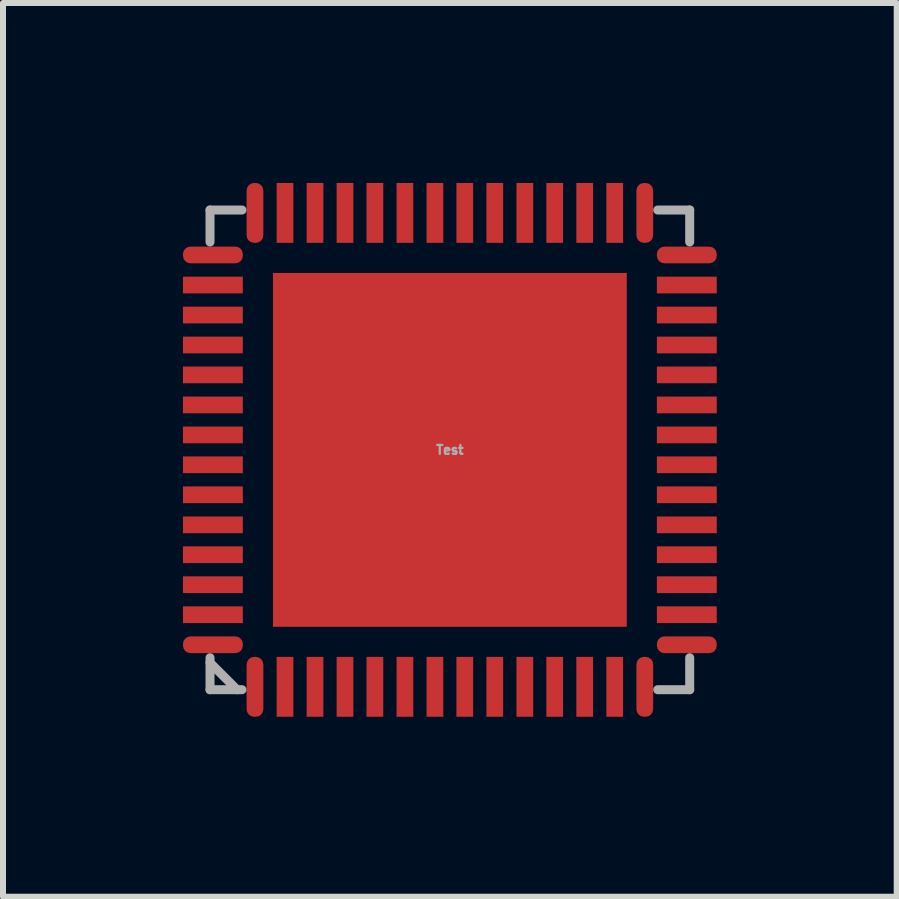
<source format=kicad_pcb>
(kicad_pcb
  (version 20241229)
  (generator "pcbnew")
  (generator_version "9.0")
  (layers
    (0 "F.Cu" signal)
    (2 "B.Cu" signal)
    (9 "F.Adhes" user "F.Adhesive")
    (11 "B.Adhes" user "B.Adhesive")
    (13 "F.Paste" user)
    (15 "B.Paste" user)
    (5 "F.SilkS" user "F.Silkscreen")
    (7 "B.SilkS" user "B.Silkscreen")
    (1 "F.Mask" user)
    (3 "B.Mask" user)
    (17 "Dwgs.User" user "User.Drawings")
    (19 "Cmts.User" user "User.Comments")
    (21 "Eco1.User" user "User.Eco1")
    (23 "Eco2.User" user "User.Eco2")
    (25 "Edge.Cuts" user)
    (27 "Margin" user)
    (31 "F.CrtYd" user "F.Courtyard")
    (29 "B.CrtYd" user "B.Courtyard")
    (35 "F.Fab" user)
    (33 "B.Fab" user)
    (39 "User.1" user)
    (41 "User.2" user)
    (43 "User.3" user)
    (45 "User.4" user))
  (footprint "Test"
    (layer "F.Cu")
    (at 4.449 4.449)
    (property "Reference" "Test" (at 0 0 0) (layer "F.Fab") (effects (font (size 0.15 0.15) (thickness 0.037))))
    (attr through_hole)
    (fp_line (start -3.998 -3.998) (end -3.998 -3.465) (stroke (width 0.15) (type solid)) (layer "F.Fab"))
    (fp_line (start -3.998 -3.998) (end -3.465 -3.998) (stroke (width 0.15) (type solid)) (layer "F.Fab"))
    (fp_line (start -3.998 3.465) (end -3.998 3.998) (stroke (width 0.15) (type solid)) (layer "F.Fab"))
    (fp_line (start -3.998 3.548) (end -3.548 3.998) (stroke (width 0.15) (type solid)) (layer "F.Fab"))
    (fp_line (start -3.998 3.998) (end -3.465 3.998) (stroke (width 0.15) (type solid)) (layer "F.Fab"))
    (fp_line (start 3.465 -3.998) (end 3.998 -3.998) (stroke (width 0.15) (type solid)) (layer "F.Fab"))
    (fp_line (start 3.465 3.998) (end 3.998 3.998) (stroke (width 0.15) (type solid)) (layer "F.Fab"))
    (fp_line (start 3.998 -3.998) (end 3.998 -3.465) (stroke (width 0.15) (type solid)) (layer "F.Fab"))
    (fp_line (start 3.998 3.465) (end 3.998 3.998) (stroke (width 0.15) (type solid)) (layer "F.Fab"))
    (pad "1" smd roundrect (at -3.249 3.95 180) (size 0.279 0.998) (layers "F.Cu" "F.Mask" "F.Paste") (roundrect_rratio 0.45))
    (pad "2" smd rect (at -2.748 3.95 180) (size 0.279 0.998) (layers "F.Cu" "F.Mask" "F.Paste"))
    (pad "3" smd rect (at -2.248 3.95 180) (size 0.279 0.998) (layers "F.Cu" "F.Mask" "F.Paste"))
    (pad "4" smd rect (at -1.748 3.95 180) (size 0.279 0.998) (layers "F.Cu" "F.Mask" "F.Paste"))
    (pad "5" smd rect (at -1.25 3.95 180) (size 0.279 0.998) (layers "F.Cu" "F.Mask" "F.Paste"))
    (pad "6" smd rect (at -0.749 3.95 180) (size 0.279 0.998) (layers "F.Cu" "F.Mask" "F.Paste"))
    (pad "7" smd rect (at -0.249 3.95 180) (size 0.279 0.998) (layers "F.Cu" "F.Mask" "F.Paste"))
    (pad "8" smd rect (at 0.249 3.95 180) (size 0.279 0.998) (layers "F.Cu" "F.Mask" "F.Paste"))
    (pad "9" smd rect (at 0.749 3.95 180) (size 0.279 0.998) (layers "F.Cu" "F.Mask" "F.Paste"))
    (pad "10" smd rect (at 1.25 3.95 180) (size 0.279 0.998) (layers "F.Cu" "F.Mask" "F.Paste"))
    (pad "11" smd rect (at 1.748 3.95 180) (size 0.279 0.998) (layers "F.Cu" "F.Mask" "F.Paste"))
    (pad "12" smd rect (at 2.248 3.95 180) (size 0.279 0.998) (layers "F.Cu" "F.Mask" "F.Paste"))
    (pad "13" smd rect (at 2.748 3.95 180) (size 0.279 0.998) (layers "F.Cu" "F.Mask" "F.Paste"))
    (pad "14" smd roundrect (at 3.249 3.95 180) (size 0.279 0.998) (layers "F.Cu" "F.Mask" "F.Paste") (roundrect_rratio 0.45))
    (pad "15" smd roundrect (at 3.95 3.249 270) (size 0.279 0.998) (layers "F.Cu" "F.Mask" "F.Paste") (roundrect_rratio 0.45))
    (pad "16" smd rect (at 3.95 2.748 270) (size 0.279 0.998) (layers "F.Cu" "F.Mask" "F.Paste"))
    (pad "17" smd rect (at 3.95 2.248 270) (size 0.279 0.998) (layers "F.Cu" "F.Mask" "F.Paste"))
    (pad "18" smd rect (at 3.95 1.748 270) (size 0.279 0.998) (layers "F.Cu" "F.Mask" "F.Paste"))
    (pad "19" smd rect (at 3.95 1.25 270) (size 0.279 0.998) (layers "F.Cu" "F.Mask" "F.Paste"))
    (pad "20" smd rect (at 3.95 0.749 270) (size 0.279 0.998) (layers "F.Cu" "F.Mask" "F.Paste"))
    (pad "21" smd rect (at 3.95 0.249 270) (size 0.279 0.998) (layers "F.Cu" "F.Mask" "F.Paste"))
    (pad "22" smd rect (at 3.95 -0.249 270) (size 0.279 0.998) (layers "F.Cu" "F.Mask" "F.Paste"))
    (pad "23" smd rect (at 3.95 -0.749 270) (size 0.279 0.998) (layers "F.Cu" "F.Mask" "F.Paste"))
    (pad "24" smd rect (at 3.95 -1.25 270) (size 0.279 0.998) (layers "F.Cu" "F.Mask" "F.Paste"))
    (pad "25" smd rect (at 3.95 -1.748 270) (size 0.279 0.998) (layers "F.Cu" "F.Mask" "F.Paste"))
    (pad "26" smd rect (at 3.95 -2.248 270) (size 0.279 0.998) (layers "F.Cu" "F.Mask" "F.Paste"))
    (pad "27" smd rect (at 3.95 -2.748 270) (size 0.279 0.998) (layers "F.Cu" "F.Mask" "F.Paste"))
    (pad "28" smd roundrect (at 3.95 -3.249 270) (size 0.279 0.998) (layers "F.Cu" "F.Mask" "F.Paste") (roundrect_rratio 0.45))
    (pad "29" smd roundrect (at 3.249 -3.95) (size 0.279 0.998) (layers "F.Cu" "F.Mask" "F.Paste") (roundrect_rratio 0.45))
    (pad "30" smd rect (at 2.748 -3.95) (size 0.279 0.998) (layers "F.Cu" "F.Mask" "F.Paste"))
    (pad "31" smd rect (at 2.248 -3.95) (size 0.279 0.998) (layers "F.Cu" "F.Mask" "F.Paste"))
    (pad "32" smd rect (at 1.748 -3.95) (size 0.279 0.998) (layers "F.Cu" "F.Mask" "F.Paste"))
    (pad "33" smd rect (at 1.25 -3.95) (size 0.279 0.998) (layers "F.Cu" "F.Mask" "F.Paste"))
    (pad "34" smd rect (at 0.749 -3.95) (size 0.279 0.998) (layers "F.Cu" "F.Mask" "F.Paste"))
    (pad "35" smd rect (at 0.249 -3.95) (size 0.279 0.998) (layers "F.Cu" "F.Mask" "F.Paste"))
    (pad "36" smd rect (at -0.249 -3.95) (size 0.279 0.998) (layers "F.Cu" "F.Mask" "F.Paste"))
    (pad "37" smd rect (at -0.749 -3.95) (size 0.279 0.998) (layers "F.Cu" "F.Mask" "F.Paste"))
    (pad "38" smd rect (at -1.25 -3.95) (size 0.279 0.998) (layers "F.Cu" "F.Mask" "F.Paste"))
    (pad "39" smd rect (at -1.748 -3.95) (size 0.279 0.998) (layers "F.Cu" "F.Mask" "F.Paste"))
    (pad "40" smd rect (at -2.248 -3.95) (size 0.279 0.998) (layers "F.Cu" "F.Mask" "F.Paste"))
    (pad "41" smd rect (at -2.748 -3.95) (size 0.279 0.998) (layers "F.Cu" "F.Mask" "F.Paste"))
    (pad "42" smd roundrect (at -3.249 -3.95) (size 0.279 0.998) (layers "F.Cu" "F.Mask" "F.Paste") (roundrect_rratio 0.45))
    (pad "43" smd roundrect (at -3.95 -3.249 90) (size 0.279 0.998) (layers "F.Cu" "F.Mask" "F.Paste") (roundrect_rratio 0.45))
    (pad "44" smd rect (at -3.95 -2.748 90) (size 0.279 0.998) (layers "F.Cu" "F.Mask" "F.Paste"))
    (pad "45" smd rect (at -3.95 -2.248 90) (size 0.279 0.998) (layers "F.Cu" "F.Mask" "F.Paste"))
    (pad "46" smd rect (at -3.95 -1.748 90) (size 0.279 0.998) (layers "F.Cu" "F.Mask" "F.Paste"))
    (pad "47" smd rect (at -3.95 -1.25 90) (size 0.279 0.998) (layers "F.Cu" "F.Mask" "F.Paste"))
    (pad "48" smd rect (at -3.95 -0.749 90) (size 0.279 0.998) (layers "F.Cu" "F.Mask" "F.Paste"))
    (pad "49" smd rect (at -3.95 -0.249 90) (size 0.279 0.998) (layers "F.Cu" "F.Mask" "F.Paste"))
    (pad "50" smd rect (at -3.95 0.249 90) (size 0.279 0.998) (layers "F.Cu" "F.Mask" "F.Paste"))
    (pad "51" smd rect (at -3.95 0.749 90) (size 0.279 0.998) (layers "F.Cu" "F.Mask" "F.Paste"))
    (pad "52" smd rect (at -3.95 1.25 90) (size 0.279 0.998) (layers "F.Cu" "F.Mask" "F.Paste"))
    (pad "53" smd rect (at -3.95 1.748 90) (size 0.279 0.998) (layers "F.Cu" "F.Mask" "F.Paste"))
    (pad "54" smd rect (at -3.95 2.248 90) (size 0.279 0.998) (layers "F.Cu" "F.Mask" "F.Paste"))
    (pad "55" smd rect (at -3.95 2.748 90) (size 0.279 0.998) (layers "F.Cu" "F.Mask" "F.Paste"))
    (pad "56" smd roundrect (at -3.95 3.249 90) (size 0.279 0.998) (layers "F.Cu" "F.Mask" "F.Paste") (roundrect_rratio 0.45))
    (pad "EP" smd rect (at 0 0) (size 5.898 5.898) (layers "F.Cu" "F.Mask" "F.Paste")))
  (gr_rect
    (start -3 -3)
    (end 11.898 11.898)
    (stroke (width 0.1) (type default))
    (fill no)
    (layer "Edge.Cuts")))
</source>
